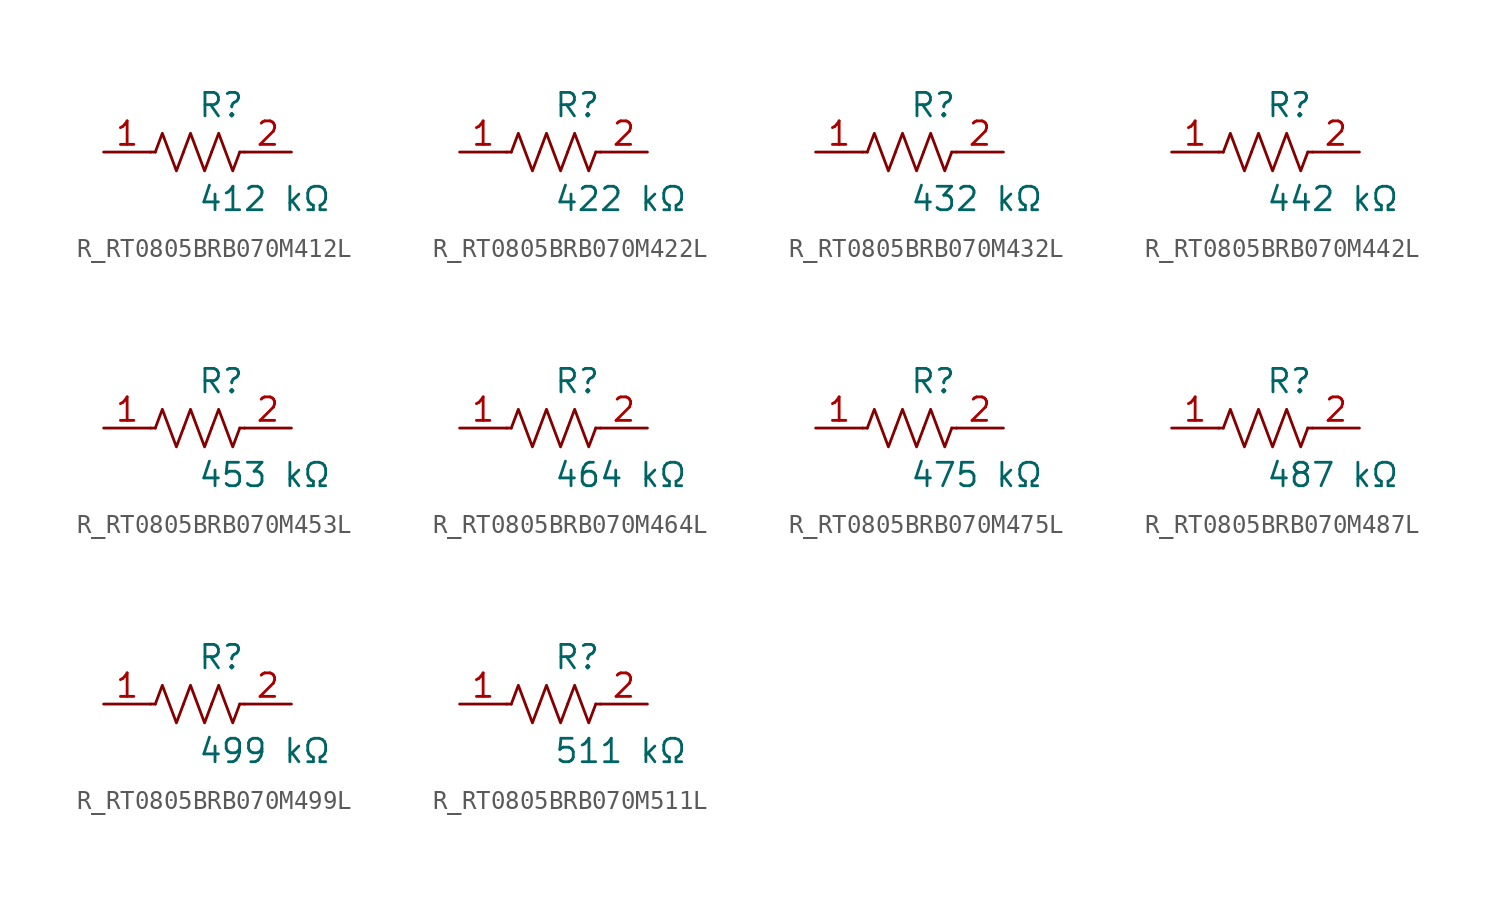
<source format=kicad_sym>
(kicad_symbol_lib
  (version 20231120)
  (generator kicad_symbol_editor)
  (generator_version 8.0)
  (symbol "R_RT0805BRB070M412L"
    (pin_names
      (offset 0.254))
    (property "Reference" "R"
      (at 0.0 2.54 0)
      (effects (font (size 1.27 1.27)) (justify left)))
    (property "Value" "412 kΩ"
      (at 0.0 -2.54 0)
      (effects (font (size 1.27 1.27)) (justify left)))
    (symbol "R_RT0805BRB070M412L_0_1"
      (polyline (pts (xy 2.286 0) (xy 2.54 0)) (stroke (width 0) (type default)) (fill (type none)))
      (polyline (pts (xy -2.286 0) (xy -2.54 0)) (stroke (width 0) (type default)) (fill (type none)))
      (polyline (pts (xy 0.762 0) (xy 1.143 1.016) (xy 1.524 0) (xy 1.905 -1.016) (xy 2.286 0)) (stroke (width 0) (type default)) (fill (type none)))
      (polyline (pts (xy -0.762 0) (xy -0.381 1.016) (xy 0 0) (xy 0.381 -1.016) (xy 0.762 0)) (stroke (width 0) (type default)) (fill (type none)))
      (polyline (pts (xy -2.286 0) (xy -1.905 1.016) (xy -1.524 0) (xy -1.143 -1.016) (xy -0.762 0)) (stroke (width 0) (type default)) (fill (type none))))
    (pin unspecified line
      (at -5.08 0 0)
      (length 2.54)
      (name "" (effects (font (size 1.27 1.27))))
      (number "1" (effects (font (size 1.27 1.27)))))
    (pin unspecified line
      (at 5.08 0 180)
      (length 2.54)
      (name "" (effects (font (size 1.27 1.27))))
      (number "2" (effects (font (size 1.27 1.27))))))
  (symbol "R_RT0805BRB070M422L"
    (pin_names
      (offset 0.254))
    (property "Reference" "R"
      (at 0.0 2.54 0)
      (effects (font (size 1.27 1.27)) (justify left)))
    (property "Value" "422 kΩ"
      (at 0.0 -2.54 0)
      (effects (font (size 1.27 1.27)) (justify left)))
    (symbol "R_RT0805BRB070M422L_0_1"
      (polyline (pts (xy 2.286 0) (xy 2.54 0)) (stroke (width 0) (type default)) (fill (type none)))
      (polyline (pts (xy -2.286 0) (xy -2.54 0)) (stroke (width 0) (type default)) (fill (type none)))
      (polyline (pts (xy 0.762 0) (xy 1.143 1.016) (xy 1.524 0) (xy 1.905 -1.016) (xy 2.286 0)) (stroke (width 0) (type default)) (fill (type none)))
      (polyline (pts (xy -0.762 0) (xy -0.381 1.016) (xy 0 0) (xy 0.381 -1.016) (xy 0.762 0)) (stroke (width 0) (type default)) (fill (type none)))
      (polyline (pts (xy -2.286 0) (xy -1.905 1.016) (xy -1.524 0) (xy -1.143 -1.016) (xy -0.762 0)) (stroke (width 0) (type default)) (fill (type none))))
    (pin unspecified line
      (at -5.08 0 0)
      (length 2.54)
      (name "" (effects (font (size 1.27 1.27))))
      (number "1" (effects (font (size 1.27 1.27)))))
    (pin unspecified line
      (at 5.08 0 180)
      (length 2.54)
      (name "" (effects (font (size 1.27 1.27))))
      (number "2" (effects (font (size 1.27 1.27))))))
  (symbol "R_RT0805BRB070M432L"
    (pin_names
      (offset 0.254))
    (property "Reference" "R"
      (at 0.0 2.54 0)
      (effects (font (size 1.27 1.27)) (justify left)))
    (property "Value" "432 kΩ"
      (at 0.0 -2.54 0)
      (effects (font (size 1.27 1.27)) (justify left)))
    (symbol "R_RT0805BRB070M432L_0_1"
      (polyline (pts (xy 2.286 0) (xy 2.54 0)) (stroke (width 0) (type default)) (fill (type none)))
      (polyline (pts (xy -2.286 0) (xy -2.54 0)) (stroke (width 0) (type default)) (fill (type none)))
      (polyline (pts (xy 0.762 0) (xy 1.143 1.016) (xy 1.524 0) (xy 1.905 -1.016) (xy 2.286 0)) (stroke (width 0) (type default)) (fill (type none)))
      (polyline (pts (xy -0.762 0) (xy -0.381 1.016) (xy 0 0) (xy 0.381 -1.016) (xy 0.762 0)) (stroke (width 0) (type default)) (fill (type none)))
      (polyline (pts (xy -2.286 0) (xy -1.905 1.016) (xy -1.524 0) (xy -1.143 -1.016) (xy -0.762 0)) (stroke (width 0) (type default)) (fill (type none))))
    (pin unspecified line
      (at -5.08 0 0)
      (length 2.54)
      (name "" (effects (font (size 1.27 1.27))))
      (number "1" (effects (font (size 1.27 1.27)))))
    (pin unspecified line
      (at 5.08 0 180)
      (length 2.54)
      (name "" (effects (font (size 1.27 1.27))))
      (number "2" (effects (font (size 1.27 1.27))))))
  (symbol "R_RT0805BRB070M442L"
    (pin_names
      (offset 0.254))
    (property "Reference" "R"
      (at 0.0 2.54 0)
      (effects (font (size 1.27 1.27)) (justify left)))
    (property "Value" "442 kΩ"
      (at 0.0 -2.54 0)
      (effects (font (size 1.27 1.27)) (justify left)))
    (symbol "R_RT0805BRB070M442L_0_1"
      (polyline (pts (xy 2.286 0) (xy 2.54 0)) (stroke (width 0) (type default)) (fill (type none)))
      (polyline (pts (xy -2.286 0) (xy -2.54 0)) (stroke (width 0) (type default)) (fill (type none)))
      (polyline (pts (xy 0.762 0) (xy 1.143 1.016) (xy 1.524 0) (xy 1.905 -1.016) (xy 2.286 0)) (stroke (width 0) (type default)) (fill (type none)))
      (polyline (pts (xy -0.762 0) (xy -0.381 1.016) (xy 0 0) (xy 0.381 -1.016) (xy 0.762 0)) (stroke (width 0) (type default)) (fill (type none)))
      (polyline (pts (xy -2.286 0) (xy -1.905 1.016) (xy -1.524 0) (xy -1.143 -1.016) (xy -0.762 0)) (stroke (width 0) (type default)) (fill (type none))))
    (pin unspecified line
      (at -5.08 0 0)
      (length 2.54)
      (name "" (effects (font (size 1.27 1.27))))
      (number "1" (effects (font (size 1.27 1.27)))))
    (pin unspecified line
      (at 5.08 0 180)
      (length 2.54)
      (name "" (effects (font (size 1.27 1.27))))
      (number "2" (effects (font (size 1.27 1.27))))))
  (symbol "R_RT0805BRB070M453L"
    (pin_names
      (offset 0.254))
    (property "Reference" "R"
      (at 0.0 2.54 0)
      (effects (font (size 1.27 1.27)) (justify left)))
    (property "Value" "453 kΩ"
      (at 0.0 -2.54 0)
      (effects (font (size 1.27 1.27)) (justify left)))
    (symbol "R_RT0805BRB070M453L_0_1"
      (polyline (pts (xy 2.286 0) (xy 2.54 0)) (stroke (width 0) (type default)) (fill (type none)))
      (polyline (pts (xy -2.286 0) (xy -2.54 0)) (stroke (width 0) (type default)) (fill (type none)))
      (polyline (pts (xy 0.762 0) (xy 1.143 1.016) (xy 1.524 0) (xy 1.905 -1.016) (xy 2.286 0)) (stroke (width 0) (type default)) (fill (type none)))
      (polyline (pts (xy -0.762 0) (xy -0.381 1.016) (xy 0 0) (xy 0.381 -1.016) (xy 0.762 0)) (stroke (width 0) (type default)) (fill (type none)))
      (polyline (pts (xy -2.286 0) (xy -1.905 1.016) (xy -1.524 0) (xy -1.143 -1.016) (xy -0.762 0)) (stroke (width 0) (type default)) (fill (type none))))
    (pin unspecified line
      (at -5.08 0 0)
      (length 2.54)
      (name "" (effects (font (size 1.27 1.27))))
      (number "1" (effects (font (size 1.27 1.27)))))
    (pin unspecified line
      (at 5.08 0 180)
      (length 2.54)
      (name "" (effects (font (size 1.27 1.27))))
      (number "2" (effects (font (size 1.27 1.27))))))
  (symbol "R_RT0805BRB070M464L"
    (pin_names
      (offset 0.254))
    (property "Reference" "R"
      (at 0.0 2.54 0)
      (effects (font (size 1.27 1.27)) (justify left)))
    (property "Value" "464 kΩ"
      (at 0.0 -2.54 0)
      (effects (font (size 1.27 1.27)) (justify left)))
    (symbol "R_RT0805BRB070M464L_0_1"
      (polyline (pts (xy 2.286 0) (xy 2.54 0)) (stroke (width 0) (type default)) (fill (type none)))
      (polyline (pts (xy -2.286 0) (xy -2.54 0)) (stroke (width 0) (type default)) (fill (type none)))
      (polyline (pts (xy 0.762 0) (xy 1.143 1.016) (xy 1.524 0) (xy 1.905 -1.016) (xy 2.286 0)) (stroke (width 0) (type default)) (fill (type none)))
      (polyline (pts (xy -0.762 0) (xy -0.381 1.016) (xy 0 0) (xy 0.381 -1.016) (xy 0.762 0)) (stroke (width 0) (type default)) (fill (type none)))
      (polyline (pts (xy -2.286 0) (xy -1.905 1.016) (xy -1.524 0) (xy -1.143 -1.016) (xy -0.762 0)) (stroke (width 0) (type default)) (fill (type none))))
    (pin unspecified line
      (at -5.08 0 0)
      (length 2.54)
      (name "" (effects (font (size 1.27 1.27))))
      (number "1" (effects (font (size 1.27 1.27)))))
    (pin unspecified line
      (at 5.08 0 180)
      (length 2.54)
      (name "" (effects (font (size 1.27 1.27))))
      (number "2" (effects (font (size 1.27 1.27))))))
  (symbol "R_RT0805BRB070M475L"
    (pin_names
      (offset 0.254))
    (property "Reference" "R"
      (at 0.0 2.54 0)
      (effects (font (size 1.27 1.27)) (justify left)))
    (property "Value" "475 kΩ"
      (at 0.0 -2.54 0)
      (effects (font (size 1.27 1.27)) (justify left)))
    (symbol "R_RT0805BRB070M475L_0_1"
      (polyline (pts (xy 2.286 0) (xy 2.54 0)) (stroke (width 0) (type default)) (fill (type none)))
      (polyline (pts (xy -2.286 0) (xy -2.54 0)) (stroke (width 0) (type default)) (fill (type none)))
      (polyline (pts (xy 0.762 0) (xy 1.143 1.016) (xy 1.524 0) (xy 1.905 -1.016) (xy 2.286 0)) (stroke (width 0) (type default)) (fill (type none)))
      (polyline (pts (xy -0.762 0) (xy -0.381 1.016) (xy 0 0) (xy 0.381 -1.016) (xy 0.762 0)) (stroke (width 0) (type default)) (fill (type none)))
      (polyline (pts (xy -2.286 0) (xy -1.905 1.016) (xy -1.524 0) (xy -1.143 -1.016) (xy -0.762 0)) (stroke (width 0) (type default)) (fill (type none))))
    (pin unspecified line
      (at -5.08 0 0)
      (length 2.54)
      (name "" (effects (font (size 1.27 1.27))))
      (number "1" (effects (font (size 1.27 1.27)))))
    (pin unspecified line
      (at 5.08 0 180)
      (length 2.54)
      (name "" (effects (font (size 1.27 1.27))))
      (number "2" (effects (font (size 1.27 1.27))))))
  (symbol "R_RT0805BRB070M487L"
    (pin_names
      (offset 0.254))
    (property "Reference" "R"
      (at 0.0 2.54 0)
      (effects (font (size 1.27 1.27)) (justify left)))
    (property "Value" "487 kΩ"
      (at 0.0 -2.54 0)
      (effects (font (size 1.27 1.27)) (justify left)))
    (symbol "R_RT0805BRB070M487L_0_1"
      (polyline (pts (xy 2.286 0) (xy 2.54 0)) (stroke (width 0) (type default)) (fill (type none)))
      (polyline (pts (xy -2.286 0) (xy -2.54 0)) (stroke (width 0) (type default)) (fill (type none)))
      (polyline (pts (xy 0.762 0) (xy 1.143 1.016) (xy 1.524 0) (xy 1.905 -1.016) (xy 2.286 0)) (stroke (width 0) (type default)) (fill (type none)))
      (polyline (pts (xy -0.762 0) (xy -0.381 1.016) (xy 0 0) (xy 0.381 -1.016) (xy 0.762 0)) (stroke (width 0) (type default)) (fill (type none)))
      (polyline (pts (xy -2.286 0) (xy -1.905 1.016) (xy -1.524 0) (xy -1.143 -1.016) (xy -0.762 0)) (stroke (width 0) (type default)) (fill (type none))))
    (pin unspecified line
      (at -5.08 0 0)
      (length 2.54)
      (name "" (effects (font (size 1.27 1.27))))
      (number "1" (effects (font (size 1.27 1.27)))))
    (pin unspecified line
      (at 5.08 0 180)
      (length 2.54)
      (name "" (effects (font (size 1.27 1.27))))
      (number "2" (effects (font (size 1.27 1.27))))))
  (symbol "R_RT0805BRB070M499L"
    (pin_names
      (offset 0.254))
    (property "Reference" "R"
      (at 0.0 2.54 0)
      (effects (font (size 1.27 1.27)) (justify left)))
    (property "Value" "499 kΩ"
      (at 0.0 -2.54 0)
      (effects (font (size 1.27 1.27)) (justify left)))
    (symbol "R_RT0805BRB070M499L_0_1"
      (polyline (pts (xy 2.286 0) (xy 2.54 0)) (stroke (width 0) (type default)) (fill (type none)))
      (polyline (pts (xy -2.286 0) (xy -2.54 0)) (stroke (width 0) (type default)) (fill (type none)))
      (polyline (pts (xy 0.762 0) (xy 1.143 1.016) (xy 1.524 0) (xy 1.905 -1.016) (xy 2.286 0)) (stroke (width 0) (type default)) (fill (type none)))
      (polyline (pts (xy -0.762 0) (xy -0.381 1.016) (xy 0 0) (xy 0.381 -1.016) (xy 0.762 0)) (stroke (width 0) (type default)) (fill (type none)))
      (polyline (pts (xy -2.286 0) (xy -1.905 1.016) (xy -1.524 0) (xy -1.143 -1.016) (xy -0.762 0)) (stroke (width 0) (type default)) (fill (type none))))
    (pin unspecified line
      (at -5.08 0 0)
      (length 2.54)
      (name "" (effects (font (size 1.27 1.27))))
      (number "1" (effects (font (size 1.27 1.27)))))
    (pin unspecified line
      (at 5.08 0 180)
      (length 2.54)
      (name "" (effects (font (size 1.27 1.27))))
      (number "2" (effects (font (size 1.27 1.27))))))
  (symbol "R_RT0805BRB070M511L"
    (pin_names
      (offset 0.254))
    (property "Reference" "R"
      (at 0.0 2.54 0)
      (effects (font (size 1.27 1.27)) (justify left)))
    (property "Value" "511 kΩ"
      (at 0.0 -2.54 0)
      (effects (font (size 1.27 1.27)) (justify left)))
    (symbol "R_RT0805BRB070M511L_0_1"
      (polyline (pts (xy 2.286 0) (xy 2.54 0)) (stroke (width 0) (type default)) (fill (type none)))
      (polyline (pts (xy -2.286 0) (xy -2.54 0)) (stroke (width 0) (type default)) (fill (type none)))
      (polyline (pts (xy 0.762 0) (xy 1.143 1.016) (xy 1.524 0) (xy 1.905 -1.016) (xy 2.286 0)) (stroke (width 0) (type default)) (fill (type none)))
      (polyline (pts (xy -0.762 0) (xy -0.381 1.016) (xy 0 0) (xy 0.381 -1.016) (xy 0.762 0)) (stroke (width 0) (type default)) (fill (type none)))
      (polyline (pts (xy -2.286 0) (xy -1.905 1.016) (xy -1.524 0) (xy -1.143 -1.016) (xy -0.762 0)) (stroke (width 0) (type default)) (fill (type none))))
    (pin unspecified line
      (at -5.08 0 0)
      (length 2.54)
      (name "" (effects (font (size 1.27 1.27))))
      (number "1" (effects (font (size 1.27 1.27)))))
    (pin unspecified line
      (at 5.08 0 180)
      (length 2.54)
      (name "" (effects (font (size 1.27 1.27))))
      (number "2" (effects (font (size 1.27 1.27)))))))
</source>
